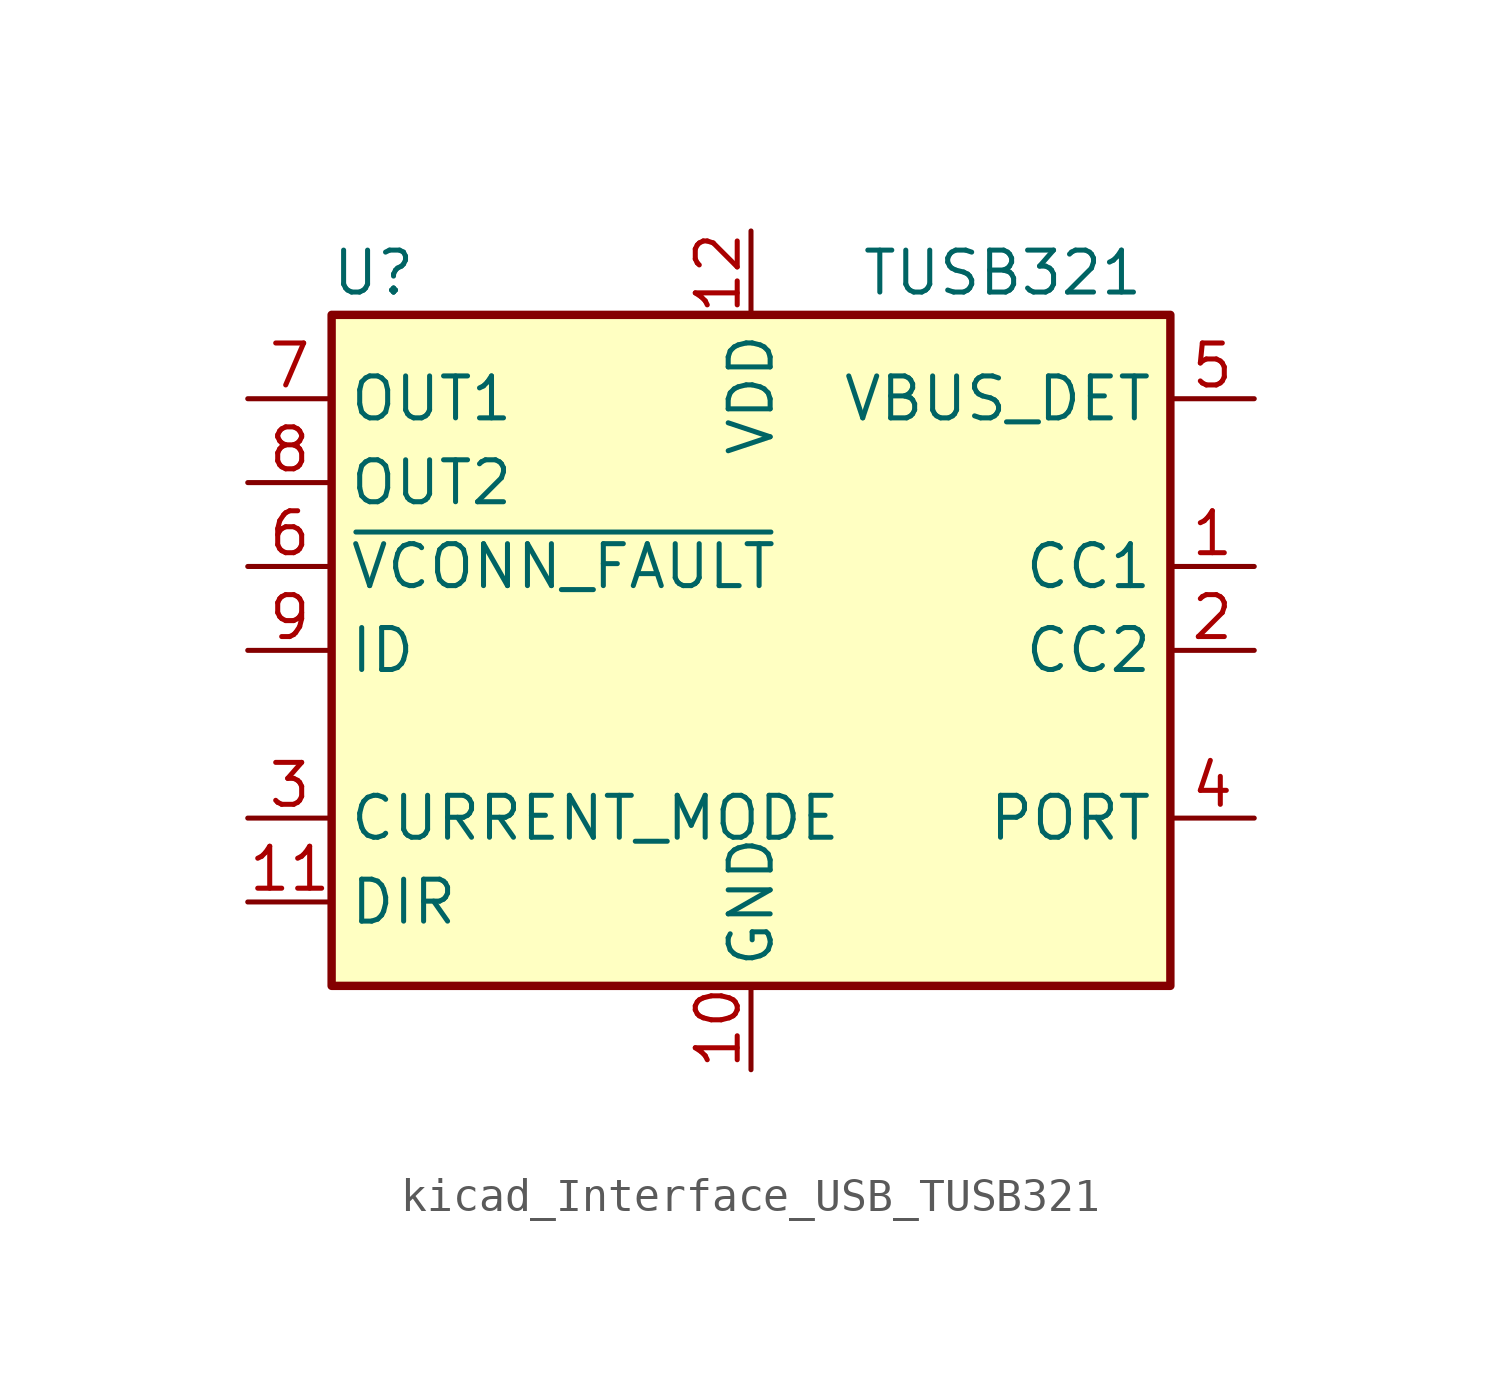
<source format=kicad_sym>
(kicad_symbol_lib
  (version 20220914)
  (generator kicad_symbol_editor)
  (symbol "kicad_Interface_USB_TUSB321"
    (property "Reference" "U"
      (at -11.43 11.43 0)
      (effects (font (size 1.27 1.27))))
    (property "Value" "TUSB321"
      (at 7.62 11.43 0)
      (effects (font (size 1.27 1.27))))
    (symbol "kicad_Interface_USB_TUSB321_1_1"
      (rectangle (start -12.7 10.16) (end 12.7 -10.16) (stroke (width 0.254) (type default)) (fill (type background)))
      (pin bidirectional line (at 15.24 2.54 180) (length 2.54) (name "CC1" (effects (font (size 1.27 1.27)))) (number "1" (effects (font (size 1.27 1.27)))))
      (pin power_in line (at 0 -12.7 90) (length 2.54) (name "GND" (effects (font (size 1.27 1.27)))) (number "10" (effects (font (size 1.27 1.27)))))
      (pin open_collector line (at -15.24 -7.62 0) (length 2.54) (name "DIR" (effects (font (size 1.27 1.27)))) (number "11" (effects (font (size 1.27 1.27)))))
      (pin power_in line (at 0 12.7 270) (length 2.54) (name "VDD" (effects (font (size 1.27 1.27)))) (number "12" (effects (font (size 1.27 1.27)))))
      (pin bidirectional line (at 15.24 0 180) (length 2.54) (name "CC2" (effects (font (size 1.27 1.27)))) (number "2" (effects (font (size 1.27 1.27)))))
      (pin input line (at -15.24 -5.08 0) (length 2.54) (name "CURRENT_MODE" (effects (font (size 1.27 1.27)))) (number "3" (effects (font (size 1.27 1.27)))))
      (pin input line (at 15.24 -5.08 180) (length 2.54) (name "PORT" (effects (font (size 1.27 1.27)))) (number "4" (effects (font (size 1.27 1.27)))))
      (pin input line (at 15.24 7.62 180) (length 2.54) (name "VBUS_DET" (effects (font (size 1.27 1.27)))) (number "5" (effects (font (size 1.27 1.27)))))
      (pin open_collector line (at -15.24 2.54 0) (length 2.54) (name "~{VCONN_FAULT}" (effects (font (size 1.27 1.27)))) (number "6" (effects (font (size 1.27 1.27)))))
      (pin open_collector line (at -15.24 7.62 0) (length 2.54) (name "OUT1" (effects (font (size 1.27 1.27)))) (number "7" (effects (font (size 1.27 1.27)))))
      (pin open_collector line (at -15.24 5.08 0) (length 2.54) (name "OUT2" (effects (font (size 1.27 1.27)))) (number "8" (effects (font (size 1.27 1.27)))))
      (pin open_collector line (at -15.24 0 0) (length 2.54) (name "ID" (effects (font (size 1.27 1.27)))) (number "9" (effects (font (size 1.27 1.27))))))))
</source>
